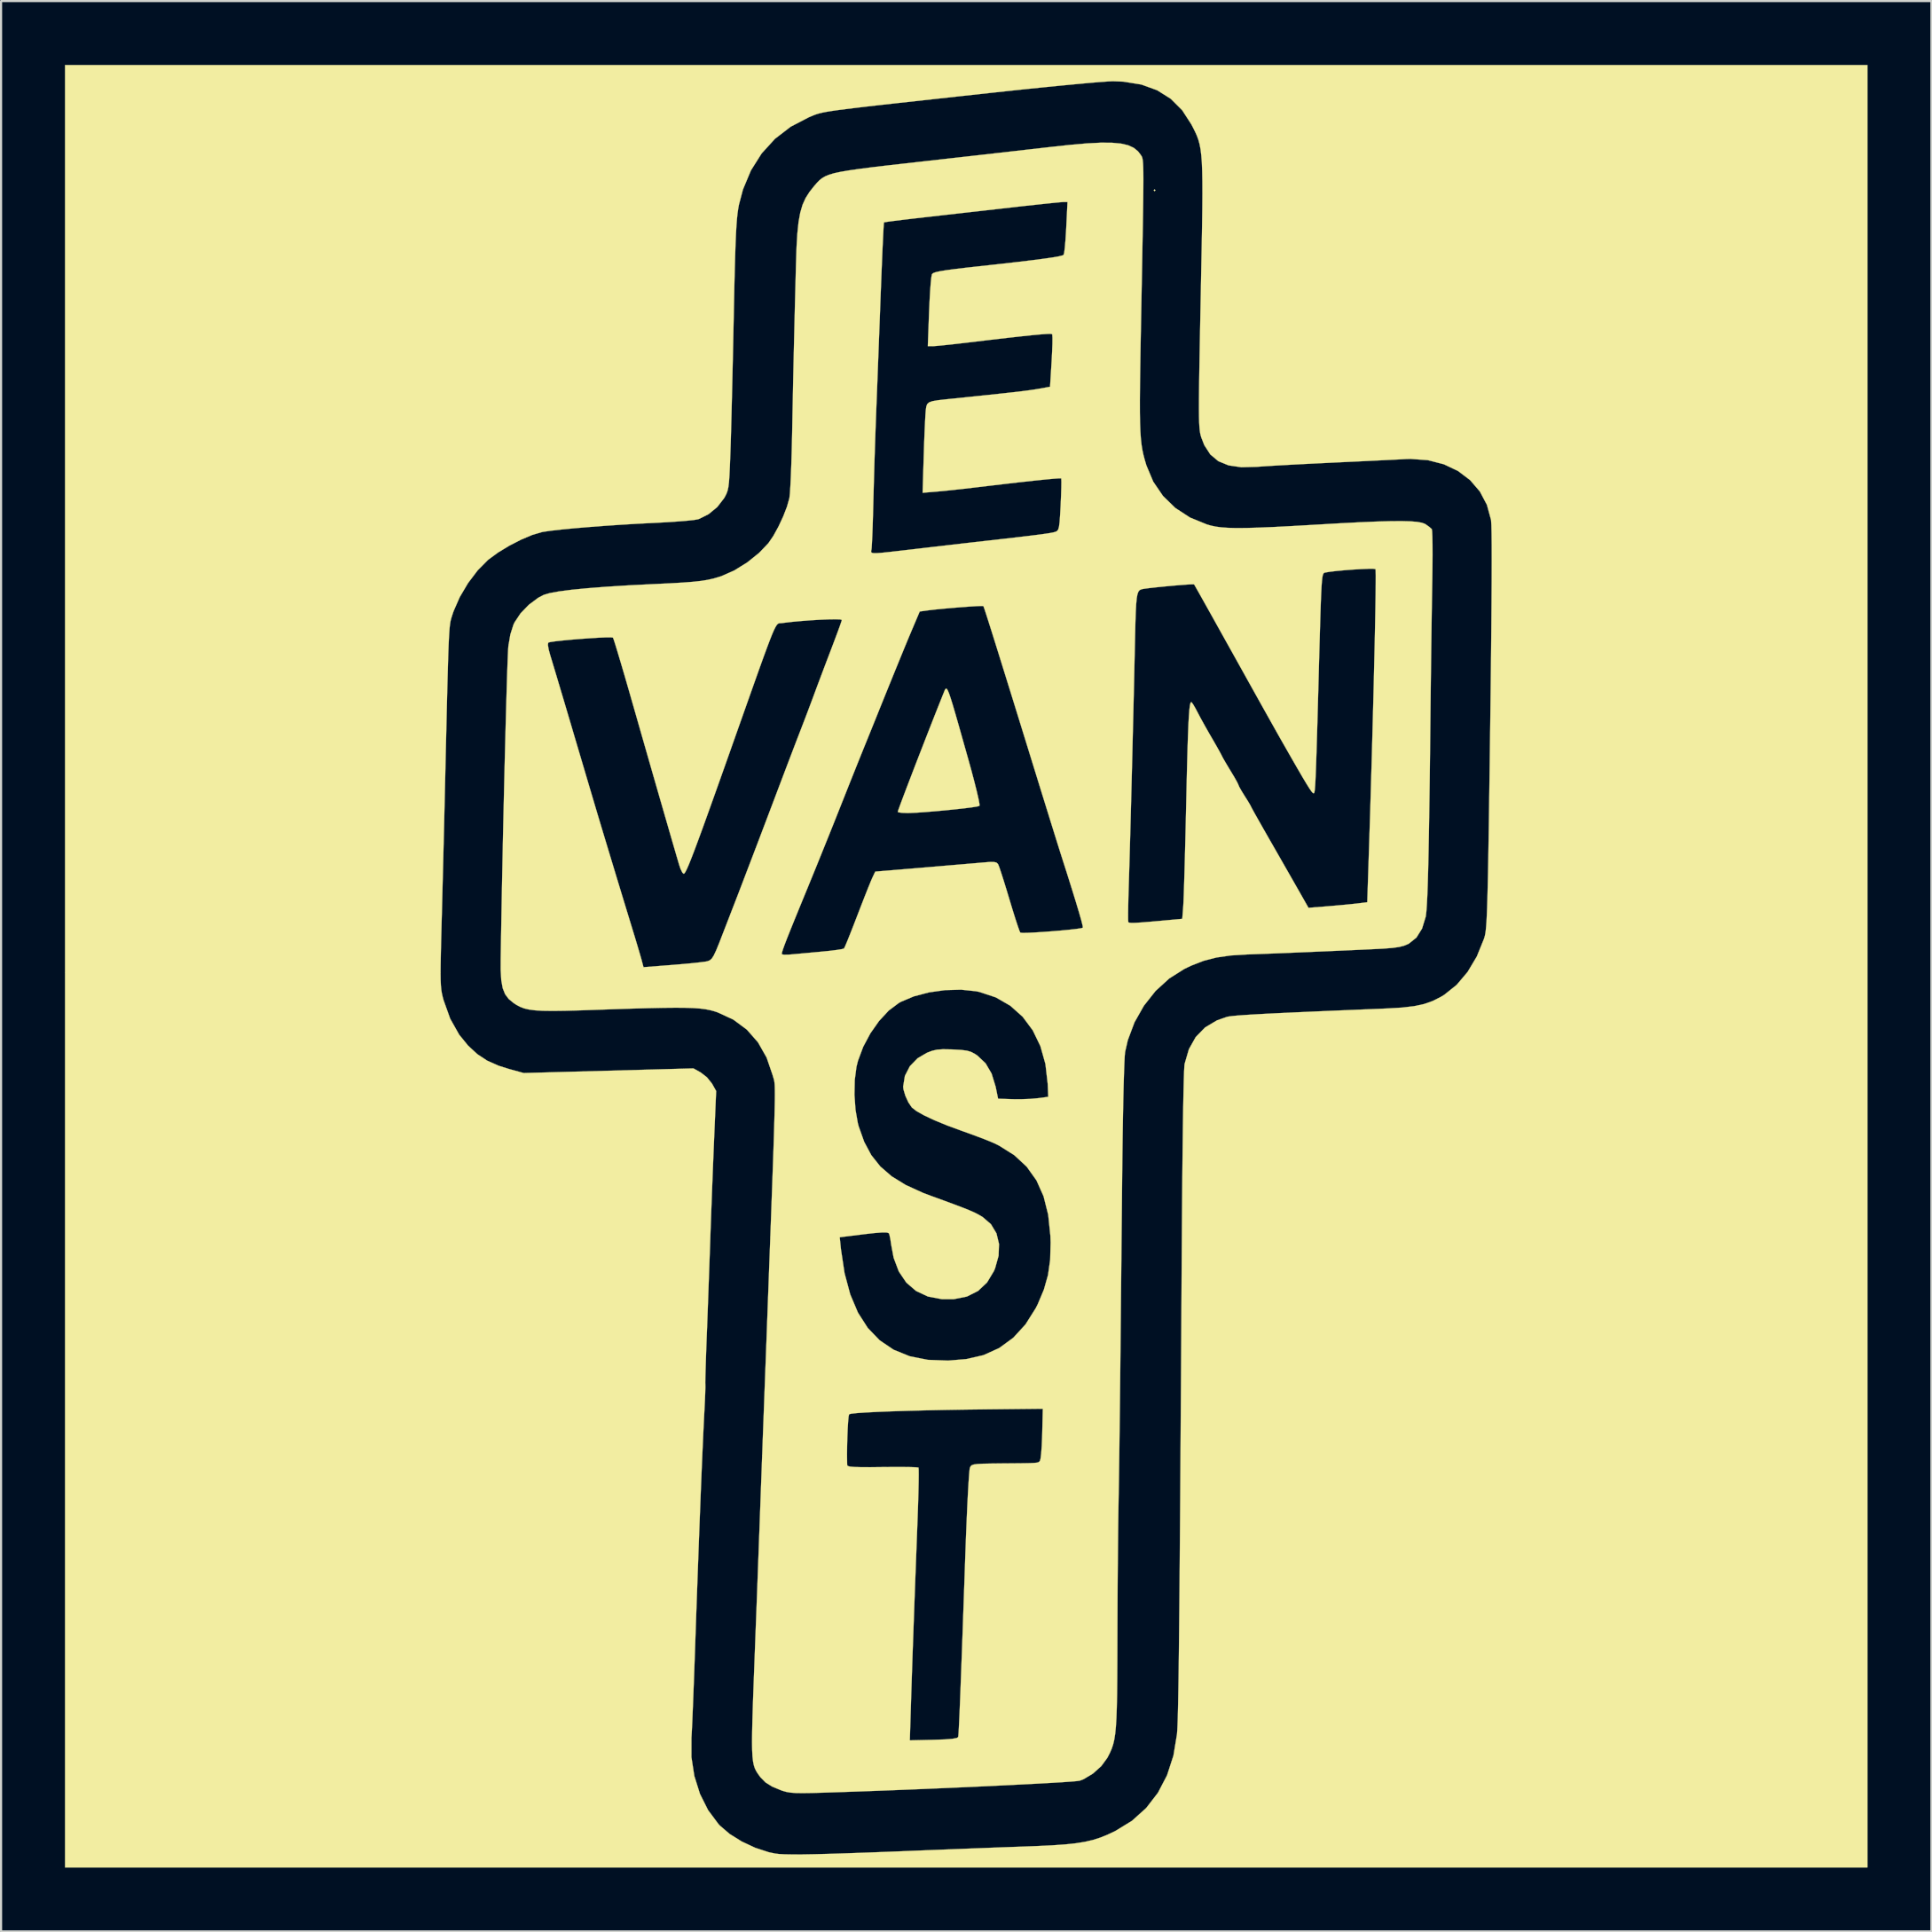
<source format=kicad_pcb>
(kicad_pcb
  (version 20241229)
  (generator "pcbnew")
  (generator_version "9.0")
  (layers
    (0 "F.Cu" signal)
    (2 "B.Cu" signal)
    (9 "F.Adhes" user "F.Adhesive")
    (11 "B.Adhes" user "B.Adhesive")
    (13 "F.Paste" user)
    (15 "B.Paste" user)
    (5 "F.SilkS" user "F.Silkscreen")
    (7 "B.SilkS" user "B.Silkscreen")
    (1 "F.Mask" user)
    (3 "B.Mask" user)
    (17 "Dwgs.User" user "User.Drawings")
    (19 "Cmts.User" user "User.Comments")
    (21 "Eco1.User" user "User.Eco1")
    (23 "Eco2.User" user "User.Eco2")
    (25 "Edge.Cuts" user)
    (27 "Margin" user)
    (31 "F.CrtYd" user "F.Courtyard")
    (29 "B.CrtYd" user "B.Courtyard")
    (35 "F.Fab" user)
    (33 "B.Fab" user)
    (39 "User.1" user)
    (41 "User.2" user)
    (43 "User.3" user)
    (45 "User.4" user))
  (footprint "image"
    (layer "F.Cu")
    (at 42.338 42.338)
    (property "Reference" "image" (at 0 0 0) (layer "F.SilkS") (effects (font (size 1.524 1.524) (thickness 0.3))))
    (attr through_hole)
    (fp_poly (pts (xy 8.89 -36.449) (xy 8.848 -36.407) (xy 8.805 -36.449) (xy 8.848 -36.491) (xy 8.89 -36.449)) (stroke (width 0.01) (type solid)) (fill yes) (layer "F.SilkS"))
    (fp_poly (pts (xy -0.92 -13.035) (xy -0.872 -12.968) (xy -0.811 -12.825) (xy -0.732 -12.595) (xy -0.629 -12.264) (xy -0.499 -11.82) (xy -0.336 -11.251) (xy -0.136 -10.542) (xy 0.088 -9.75) (xy 0.248 -9.174) (xy 0.386 -8.651) (xy 0.498 -8.203) (xy 0.578 -7.853) (xy 0.621 -7.623) (xy 0.623 -7.534) (xy 0.518 -7.504) (xy 0.276 -7.465) (xy -0.073 -7.42) (xy -0.497 -7.373) (xy -0.964 -7.325) (xy -1.445 -7.281) (xy -1.906 -7.243) (xy -2.318 -7.214) (xy -2.649 -7.199) (xy -2.774 -7.197) (xy -3.022 -7.206) (xy -3.183 -7.23) (xy -3.217 -7.252) (xy -3.188 -7.346) (xy -3.104 -7.576) (xy -2.975 -7.922) (xy -2.808 -8.363) (xy -2.611 -8.877) (xy -2.394 -9.443) (xy -2.162 -10.04) (xy -1.926 -10.647) (xy -1.693 -11.244) (xy -1.471 -11.809) (xy -1.268 -12.32) (xy -1.093 -12.758) (xy -1.073 -12.806) (xy -1.031 -12.913) (xy -0.995 -12.995) (xy -0.959 -13.04) (xy -0.92 -13.035)) (stroke (width 0.01) (type solid)) (fill yes) (layer "F.SilkS"))
    (fp_poly (pts (xy 42.333 42.333) (xy -42.333 42.333) (xy -42.333 0.318) (xy -24.693 0.318) (xy -24.689 0.641) (xy -24.678 0.894) (xy -24.659 1.096) (xy -24.632 1.268) (xy -24.596 1.428) (xy -24.552 1.594) (xy -24.239 2.467) (xy -23.819 3.214) (xy -23.401 3.728) (xy -22.967 4.129) (xy -22.506 4.434) (xy -21.967 4.673) (xy -21.461 4.832) (xy -20.787 5.017) (xy -12.814 4.799) (xy -12.47 4.992) (xy -12.179 5.218) (xy -11.947 5.506) (xy -11.937 5.523) (xy -11.747 5.861) (xy -11.844 8.116) (xy -11.875 8.858) (xy -11.909 9.712) (xy -11.944 10.622) (xy -11.978 11.53) (xy -12.009 12.38) (xy -12.024 12.827) (xy -12.051 13.605) (xy -12.082 14.463) (xy -12.114 15.347) (xy -12.145 16.204) (xy -12.174 16.979) (xy -12.191 17.399) (xy -12.213 17.986) (xy -12.231 18.521) (xy -12.245 18.979) (xy -12.255 19.335) (xy -12.258 19.566) (xy -12.256 19.643) (xy -12.254 19.772) (xy -12.261 20.034) (xy -12.275 20.392) (xy -12.296 20.81) (xy -12.299 20.87) (xy -12.334 21.56) (xy -12.373 22.41) (xy -12.417 23.411) (xy -12.464 24.555) (xy -12.514 25.833) (xy -12.567 27.235) (xy -12.623 28.752) (xy -12.681 30.377) (xy -12.738 32.046) (xy -12.766 32.839) (xy -12.794 33.599) (xy -12.821 34.304) (xy -12.846 34.935) (xy -12.868 35.47) (xy -12.888 35.888) (xy -12.903 36.168) (xy -12.908 36.248) (xy -12.909 37.151) (xy -12.772 38.038) (xy -12.508 38.878) (xy -12.126 39.641) (xy -11.635 40.3) (xy -11.568 40.371) (xy -11.115 40.759) (xy -10.546 41.114) (xy -9.913 41.41) (xy -9.27 41.62) (xy -8.975 41.682) (xy -8.788 41.704) (xy -8.519 41.718) (xy -8.159 41.724) (xy -7.697 41.723) (xy -7.122 41.713) (xy -6.424 41.695) (xy -5.592 41.669) (xy -4.615 41.634) (xy -3.484 41.591) (xy -3.074 41.575) (xy -2.194 41.539) (xy -1.318 41.505) (xy -0.469 41.472) (xy 0.328 41.441) (xy 1.048 41.413) (xy 1.668 41.39) (xy 2.163 41.372) (xy 2.455 41.362) (xy 3.326 41.329) (xy 4.051 41.294) (xy 4.653 41.251) (xy 5.155 41.197) (xy 5.58 41.129) (xy 5.953 41.042) (xy 6.294 40.933) (xy 6.629 40.798) (xy 6.98 40.633) (xy 7 40.623) (xy 7.783 40.144) (xy 8.453 39.542) (xy 9.005 38.826) (xy 9.433 38.004) (xy 9.733 37.082) (xy 9.901 36.069) (xy 9.903 36.04) (xy 9.914 35.891) (xy 9.924 35.681) (xy 9.934 35.406) (xy 9.944 35.06) (xy 9.954 34.638) (xy 9.963 34.133) (xy 9.973 33.542) (xy 9.982 32.857) (xy 9.992 32.073) (xy 10.001 31.186) (xy 10.011 30.188) (xy 10.021 29.076) (xy 10.031 27.843) (xy 10.041 26.484) (xy 10.052 24.993) (xy 10.063 23.364) (xy 10.075 21.593) (xy 10.087 19.674) (xy 10.1 17.601) (xy 10.113 15.368) (xy 10.124 13.462) (xy 10.133 12.079) (xy 10.143 10.787) (xy 10.154 9.593) (xy 10.166 8.507) (xy 10.178 7.535) (xy 10.191 6.686) (xy 10.205 5.969) (xy 10.219 5.391) (xy 10.233 4.96) (xy 10.248 4.685) (xy 10.258 4.588) (xy 10.46 3.896) (xy 10.781 3.325) (xy 11.221 2.873) (xy 11.78 2.541) (xy 12.245 2.379) (xy 12.351 2.358) (xy 12.524 2.337) (xy 12.772 2.314) (xy 13.106 2.29) (xy 13.534 2.264) (xy 14.067 2.234) (xy 14.713 2.202) (xy 15.482 2.166) (xy 16.384 2.126) (xy 17.428 2.081) (xy 18.624 2.031) (xy 19.77 1.984) (xy 20.47 1.943) (xy 21.037 1.876) (xy 21.507 1.775) (xy 21.916 1.631) (xy 22.299 1.436) (xy 22.457 1.34) (xy 23.038 0.874) (xy 23.551 0.268) (xy 23.984 -0.459) (xy 24.32 -1.287) (xy 24.342 -1.355) (xy 24.365 -1.44) (xy 24.386 -1.549) (xy 24.406 -1.69) (xy 24.423 -1.873) (xy 24.44 -2.107) (xy 24.455 -2.403) (xy 24.469 -2.77) (xy 24.483 -3.218) (xy 24.497 -3.756) (xy 24.511 -4.394) (xy 24.525 -5.142) (xy 24.539 -6.009) (xy 24.555 -7.005) (xy 24.571 -8.139) (xy 24.589 -9.422) (xy 24.608 -10.863) (xy 24.612 -11.134) (xy 24.634 -12.875) (xy 24.652 -14.447) (xy 24.666 -15.849) (xy 24.676 -17.083) (xy 24.683 -18.148) (xy 24.685 -19.044) (xy 24.684 -19.771) (xy 24.678 -20.329) (xy 24.669 -20.719) (xy 24.655 -20.941) (xy 24.652 -20.966) (xy 24.458 -21.675) (xy 24.126 -22.302) (xy 23.669 -22.834) (xy 23.102 -23.263) (xy 22.437 -23.579) (xy 21.69 -23.772) (xy 20.873 -23.831) (xy 20.645 -23.824) (xy 20.43 -23.812) (xy 20.071 -23.794) (xy 19.592 -23.771) (xy 19.019 -23.743) (xy 18.375 -23.712) (xy 17.686 -23.68) (xy 17.272 -23.66) (xy 16.553 -23.625) (xy 15.852 -23.59) (xy 15.195 -23.555) (xy 14.611 -23.522) (xy 14.126 -23.493) (xy 13.769 -23.468) (xy 13.644 -23.459) (xy 12.921 -23.44) (xy 12.324 -23.527) (xy 11.842 -23.725) (xy 11.466 -24.039) (xy 11.183 -24.476) (xy 11.04 -24.844) (xy 11.012 -24.94) (xy 10.988 -25.046) (xy 10.969 -25.175) (xy 10.954 -25.338) (xy 10.942 -25.549) (xy 10.935 -25.819) (xy 10.932 -26.16) (xy 10.933 -26.586) (xy 10.938 -27.108) (xy 10.946 -27.738) (xy 10.959 -28.49) (xy 10.975 -29.374) (xy 10.995 -30.404) (xy 11.017 -31.515) (xy 11.041 -32.756) (xy 11.062 -33.841) (xy 11.079 -34.781) (xy 11.09 -35.59) (xy 11.095 -36.279) (xy 11.093 -36.862) (xy 11.084 -37.35) (xy 11.068 -37.757) (xy 11.042 -38.094) (xy 11.007 -38.375) (xy 10.962 -38.612) (xy 10.906 -38.817) (xy 10.839 -39.002) (xy 10.76 -39.181) (xy 10.668 -39.366) (xy 10.577 -39.542) (xy 10.143 -40.212) (xy 9.607 -40.747) (xy 8.969 -41.148) (xy 8.227 -41.417) (xy 7.379 -41.553) (xy 6.888 -41.572) (xy 6.667 -41.562) (xy 6.295 -41.536) (xy 5.79 -41.494) (xy 5.17 -41.437) (xy 4.452 -41.369) (xy 3.653 -41.289) (xy 2.792 -41.201) (xy 1.885 -41.105) (xy 1.101 -41.021) (xy -0.219 -40.876) (xy -1.382 -40.749) (xy -2.398 -40.637) (xy -3.278 -40.54) (xy -4.034 -40.456) (xy -4.676 -40.383) (xy -5.214 -40.319) (xy -5.661 -40.264) (xy -6.026 -40.217) (xy -6.321 -40.174) (xy -6.556 -40.136) (xy -6.742 -40.1) (xy -6.891 -40.065) (xy -7.013 -40.03) (xy -7.119 -39.993) (xy -7.22 -39.952) (xy -7.326 -39.907) (xy -7.4 -39.876) (xy -8.246 -39.436) (xy -8.985 -38.867) (xy -9.61 -38.181) (xy -10.113 -37.384) (xy -10.488 -36.488) (xy -10.676 -35.777) (xy -10.711 -35.584) (xy -10.743 -35.366) (xy -10.77 -35.109) (xy -10.794 -34.797) (xy -10.816 -34.414) (xy -10.836 -33.947) (xy -10.855 -33.378) (xy -10.874 -32.694) (xy -10.894 -31.878) (xy -10.914 -30.915) (xy -10.924 -30.395) (xy -10.944 -29.46) (xy -10.964 -28.521) (xy -10.985 -27.603) (xy -11.006 -26.729) (xy -11.026 -25.924) (xy -11.045 -25.212) (xy -11.062 -24.616) (xy -11.077 -24.16) (xy -11.08 -24.081) (xy -11.102 -23.501) (xy -11.123 -23.064) (xy -11.145 -22.741) (xy -11.174 -22.506) (xy -11.213 -22.331) (xy -11.265 -22.19) (xy -11.334 -22.055) (xy -11.377 -21.982) (xy -11.693 -21.573) (xy -12.103 -21.235) (xy -12.55 -21.012) (xy -12.606 -20.994) (xy -12.782 -20.963) (xy -13.097 -20.929) (xy -13.519 -20.894) (xy -14.019 -20.86) (xy -14.564 -20.83) (xy -14.69 -20.824) (xy -15.449 -20.786) (xy -16.227 -20.739) (xy -16.999 -20.687) (xy -17.738 -20.63) (xy -18.419 -20.572) (xy -19.016 -20.514) (xy -19.503 -20.459) (xy -19.855 -20.408) (xy -19.935 -20.393) (xy -20.385 -20.26) (xy -20.91 -20.039) (xy -21.46 -19.756) (xy -21.984 -19.439) (xy -22.431 -19.112) (xy -22.471 -19.079) (xy -22.949 -18.597) (xy -23.401 -18) (xy -23.791 -17.341) (xy -24.083 -16.675) (xy -24.136 -16.517) (xy -24.165 -16.427) (xy -24.19 -16.345) (xy -24.213 -16.261) (xy -24.233 -16.164) (xy -24.251 -16.044) (xy -24.268 -15.891) (xy -24.283 -15.694) (xy -24.298 -15.444) (xy -24.313 -15.13) (xy -24.328 -14.742) (xy -24.343 -14.269) (xy -24.359 -13.701) (xy -24.377 -13.029) (xy -24.397 -12.242) (xy -24.418 -11.329) (xy -24.443 -10.281) (xy -24.47 -9.086) (xy -24.501 -7.736) (xy -24.511 -7.324) (xy -24.526 -6.678) (xy -24.545 -5.904) (xy -24.566 -5.047) (xy -24.589 -4.146) (xy -24.612 -3.246) (xy -24.634 -2.388) (xy -24.643 -2.074) (xy -24.664 -1.272) (xy -24.679 -0.619) (xy -24.689 -0.096) (xy -24.693 0.318) (xy -42.333 0.318) (xy -42.333 -42.333) (xy 42.333 -42.333) (xy 42.333 42.333)) (stroke (width 0.01) (type solid)) (fill yes) (layer "F.SilkS"))
    (fp_poly (pts (xy 6.85 -38.682) (xy 7.275 -38.642) (xy 7.609 -38.564) (xy 7.867 -38.445) (xy 8.064 -38.286) (xy 8.184 -38.132) (xy 8.213 -38.089) (xy 8.239 -38.05) (xy 8.261 -38.003) (xy 8.279 -37.937) (xy 8.294 -37.843) (xy 8.306 -37.709) (xy 8.314 -37.526) (xy 8.319 -37.282) (xy 8.321 -36.968) (xy 8.319 -36.572) (xy 8.314 -36.084) (xy 8.306 -35.494) (xy 8.295 -34.791) (xy 8.28 -33.965) (xy 8.263 -33.005) (xy 8.242 -31.9) (xy 8.218 -30.64) (xy 8.209 -30.141) (xy 8.188 -29.037) (xy 8.173 -28.088) (xy 8.162 -27.278) (xy 8.156 -26.592) (xy 8.157 -26.016) (xy 8.165 -25.534) (xy 8.18 -25.132) (xy 8.203 -24.794) (xy 8.234 -24.507) (xy 8.274 -24.254) (xy 8.324 -24.02) (xy 8.384 -23.792) (xy 8.455 -23.553) (xy 8.464 -23.524) (xy 8.785 -22.762) (xy 9.242 -22.092) (xy 9.823 -21.526) (xy 10.515 -21.075) (xy 11.305 -20.753) (xy 11.5 -20.697) (xy 11.722 -20.65) (xy 11.985 -20.615) (xy 12.305 -20.593) (xy 12.697 -20.583) (xy 13.178 -20.587) (xy 13.763 -20.604) (xy 14.467 -20.633) (xy 15.307 -20.677) (xy 16.297 -20.734) (xy 16.468 -20.744) (xy 17.555 -20.807) (xy 18.485 -20.855) (xy 19.269 -20.888) (xy 19.918 -20.906) (xy 20.445 -20.91) (xy 20.86 -20.899) (xy 21.175 -20.874) (xy 21.402 -20.833) (xy 21.551 -20.779) (xy 21.572 -20.766) (xy 21.754 -20.637) (xy 21.869 -20.534) (xy 21.885 -20.429) (xy 21.896 -20.178) (xy 21.903 -19.803) (xy 21.905 -19.326) (xy 21.901 -18.769) (xy 21.893 -18.155) (xy 21.891 -18.076) (xy 21.881 -17.485) (xy 21.869 -16.755) (xy 21.857 -15.918) (xy 21.844 -15.004) (xy 21.832 -14.044) (xy 21.82 -13.069) (xy 21.809 -12.109) (xy 21.803 -11.515) (xy 21.786 -9.964) (xy 21.769 -8.576) (xy 21.751 -7.345) (xy 21.734 -6.264) (xy 21.716 -5.327) (xy 21.698 -4.528) (xy 21.679 -3.859) (xy 21.659 -3.316) (xy 21.637 -2.891) (xy 21.615 -2.578) (xy 21.591 -2.371) (xy 21.584 -2.328) (xy 21.413 -1.769) (xy 21.147 -1.345) (xy 20.789 -1.059) (xy 20.766 -1.047) (xy 20.569 -0.964) (xy 20.334 -0.904) (xy 20.024 -0.861) (xy 19.602 -0.828) (xy 19.327 -0.813) (xy 18.588 -0.778) (xy 17.777 -0.741) (xy 16.926 -0.704) (xy 16.071 -0.667) (xy 15.244 -0.632) (xy 14.479 -0.601) (xy 13.811 -0.576) (xy 13.273 -0.556) (xy 13.208 -0.554) (xy 12.424 -0.506) (xy 11.755 -0.41) (xy 11.152 -0.254) (xy 10.567 -0.027) (xy 10.247 0.126) (xy 9.535 0.576) (xy 8.895 1.16) (xy 8.346 1.855) (xy 7.905 2.633) (xy 7.59 3.471) (xy 7.463 4.027) (xy 7.446 4.204) (xy 7.429 4.533) (xy 7.412 4.997) (xy 7.394 5.58) (xy 7.378 6.264) (xy 7.363 7.032) (xy 7.349 7.868) (xy 7.337 8.755) (xy 7.329 9.44) (xy 7.318 10.528) (xy 7.307 11.719) (xy 7.294 12.974) (xy 7.282 14.254) (xy 7.269 15.518) (xy 7.258 16.728) (xy 7.247 17.845) (xy 7.238 18.754) (xy 7.228 19.691) (xy 7.218 20.65) (xy 7.206 21.602) (xy 7.195 22.521) (xy 7.183 23.379) (xy 7.172 24.148) (xy 7.161 24.8) (xy 7.153 25.273) (xy 7.144 25.806) (xy 7.135 26.48) (xy 7.127 27.265) (xy 7.119 28.132) (xy 7.112 29.053) (xy 7.107 29.998) (xy 7.103 30.939) (xy 7.101 31.581) (xy 7.098 32.603) (xy 7.093 33.472) (xy 7.086 34.203) (xy 7.073 34.812) (xy 7.055 35.313) (xy 7.03 35.722) (xy 6.997 36.056) (xy 6.954 36.33) (xy 6.9 36.558) (xy 6.833 36.758) (xy 6.753 36.944) (xy 6.657 37.131) (xy 6.623 37.194) (xy 6.342 37.577) (xy 5.953 37.924) (xy 5.519 38.185) (xy 5.334 38.258) (xy 5.202 38.277) (xy 4.915 38.301) (xy 4.488 38.331) (xy 3.937 38.364) (xy 3.276 38.401) (xy 2.519 38.44) (xy 1.682 38.482) (xy 0.779 38.525) (xy -0.174 38.568) (xy -1.164 38.611) (xy -2.175 38.654) (xy -3.193 38.695) (xy -4.202 38.734) (xy -5.188 38.77) (xy -6.137 38.802) (xy -6.689 38.82) (xy -7.258 38.836) (xy -7.688 38.842) (xy -8.009 38.837) (xy -8.251 38.819) (xy -8.443 38.787) (xy -8.616 38.738) (xy -8.689 38.713) (xy -9.117 38.535) (xy -9.428 38.34) (xy -9.672 38.092) (xy -9.798 37.917) (xy -9.871 37.799) (xy -9.931 37.675) (xy -9.979 37.529) (xy -10.015 37.346) (xy -10.041 37.112) (xy -10.056 36.812) (xy -10.061 36.429) (xy -10.056 35.951) (xy -10.042 35.362) (xy -10.02 34.646) (xy -9.989 33.789) (xy -9.955 32.893) (xy -9.922 32.016) (xy -9.887 31.092) (xy -9.851 30.158) (xy -9.817 29.249) (xy -9.786 28.402) (xy -9.758 27.652) (xy -9.736 27.051) (xy -9.712 26.42) (xy -9.684 25.658) (xy -9.653 24.802) (xy -9.619 23.89) (xy -9.585 22.959) (xy -9.584 22.956) (xy -5.6 22.956) (xy -5.596 23.326) (xy -5.592 23.437) (xy -5.559 23.477) (xy -5.451 23.505) (xy -5.248 23.523) (xy -4.932 23.532) (xy -4.483 23.533) (xy -3.939 23.527) (xy -3.428 23.523) (xy -2.976 23.523) (xy -2.611 23.528) (xy -2.359 23.537) (xy -2.246 23.55) (xy -2.243 23.552) (xy -2.234 23.645) (xy -2.232 23.886) (xy -2.236 24.25) (xy -2.246 24.717) (xy -2.262 25.263) (xy -2.283 25.866) (xy -2.283 25.875) (xy -2.343 27.471) (xy -2.397 28.91) (xy -2.445 30.202) (xy -2.486 31.36) (xy -2.523 32.393) (xy -2.554 33.315) (xy -2.581 34.136) (xy -2.594 34.544) (xy -2.65 36.364) (xy -1.532 36.338) (xy -1.011 36.32) (xy -0.651 36.291) (xy -0.443 36.252) (xy -0.38 36.211) (xy -0.371 36.152) (xy -0.36 36.017) (xy -0.347 35.799) (xy -0.332 35.489) (xy -0.313 35.08) (xy -0.292 34.564) (xy -0.267 33.933) (xy -0.239 33.178) (xy -0.206 32.293) (xy -0.169 31.269) (xy -0.128 30.098) (xy -0.081 28.772) (xy -0.039 27.559) (xy -0.01 26.766) (xy 0.021 26.02) (xy 0.051 25.34) (xy 0.081 24.744) (xy 0.11 24.249) (xy 0.136 23.873) (xy 0.158 23.636) (xy 0.172 23.558) (xy 0.206 23.49) (xy 0.26 23.439) (xy 0.358 23.405) (xy 0.525 23.382) (xy 0.786 23.369) (xy 1.166 23.361) (xy 1.689 23.355) (xy 1.713 23.355) (xy 2.279 23.35) (xy 2.7 23.346) (xy 2.998 23.34) (xy 3.196 23.331) (xy 3.318 23.319) (xy 3.387 23.301) (xy 3.427 23.275) (xy 3.459 23.241) (xy 3.46 23.24) (xy 3.491 23.129) (xy 3.521 22.882) (xy 3.547 22.531) (xy 3.565 22.112) (xy 3.569 21.971) (xy 3.598 20.786) (xy 1.058 20.813) (xy 0.002 20.826) (xy -0.999 20.843) (xy -1.932 20.862) (xy -2.786 20.885) (xy -3.546 20.909) (xy -4.2 20.935) (xy -4.736 20.963) (xy -5.14 20.991) (xy -5.399 21.019) (xy -5.501 21.046) (xy -5.525 21.149) (xy -5.548 21.386) (xy -5.569 21.721) (xy -5.585 22.118) (xy -5.596 22.542) (xy -5.6 22.956) (xy -9.584 22.956) (xy -9.551 22.048) (xy -9.524 21.336) (xy -9.453 19.424) (xy -9.387 17.675) (xy -9.328 16.079) (xy -9.274 14.631) (xy -9.225 13.323) (xy -9.203 12.731) (xy -5.943 12.731) (xy -5.886 13.287) (xy -5.715 14.422) (xy -5.448 15.417) (xy -5.085 16.273) (xy -4.625 16.991) (xy -4.067 17.571) (xy -3.411 18.014) (xy -2.656 18.32) (xy -1.802 18.49) (xy -0.847 18.525) (xy -0.004 18.455) (xy 0.813 18.268) (xy 1.553 17.932) (xy 2.212 17.449) (xy 2.784 16.824) (xy 3.267 16.058) (xy 3.356 15.882) (xy 3.648 15.189) (xy 3.841 14.507) (xy 3.943 13.788) (xy 3.964 12.981) (xy 3.953 12.658) (xy 3.85 11.672) (xy 3.633 10.808) (xy 3.299 10.06) (xy 2.841 9.418) (xy 2.257 8.876) (xy 1.541 8.426) (xy 1.317 8.316) (xy 1.076 8.213) (xy 0.721 8.074) (xy 0.297 7.915) (xy -0.151 7.754) (xy -0.206 7.734) (xy -0.889 7.483) (xy -1.484 7.239) (xy -1.972 7.01) (xy -2.335 6.807) (xy -2.553 6.637) (xy -2.558 6.631) (xy -2.719 6.392) (xy -2.861 6.082) (xy -2.949 5.782) (xy -2.963 5.654) (xy -2.881 5.149) (xy -2.649 4.697) (xy -2.284 4.322) (xy -1.847 4.065) (xy -1.603 3.972) (xy -1.372 3.919) (xy -1.097 3.9) (xy -0.723 3.906) (xy -0.62 3.91) (xy -0.234 3.932) (xy 0.034 3.966) (xy 0.232 4.025) (xy 0.411 4.12) (xy 0.527 4.199) (xy 0.909 4.56) (xy 1.192 5.042) (xy 1.381 5.658) (xy 1.388 5.691) (xy 1.496 6.223) (xy 2.166 6.246) (xy 2.576 6.248) (xy 3.001 6.232) (xy 3.344 6.201) (xy 3.852 6.134) (xy 3.827 5.519) (xy 3.72 4.592) (xy 3.483 3.752) (xy 3.124 3.01) (xy 2.651 2.375) (xy 2.07 1.856) (xy 1.39 1.464) (xy 0.617 1.208) (xy 0.458 1.175) (xy -0.24 1.101) (xy -0.992 1.122) (xy -1.747 1.228) (xy -2.455 1.413) (xy -3.065 1.67) (xy -3.169 1.728) (xy -3.641 2.083) (xy -4.093 2.57) (xy -4.501 3.15) (xy -4.84 3.785) (xy -5.084 4.438) (xy -5.156 4.724) (xy -5.237 5.342) (xy -5.251 6.038) (xy -5.202 6.74) (xy -5.091 7.375) (xy -5.053 7.518) (xy -4.793 8.249) (xy -4.459 8.874) (xy -4.034 9.408) (xy -3.5 9.87) (xy -2.84 10.276) (xy -2.036 10.643) (xy -1.651 10.789) (xy -1.018 11.019) (xy -0.521 11.203) (xy -0.138 11.349) (xy 0.153 11.466) (xy 0.376 11.564) (xy 0.553 11.653) (xy 0.708 11.742) (xy 0.767 11.778) (xy 1.16 12.116) (xy 1.419 12.545) (xy 1.54 13.045) (xy 1.52 13.6) (xy 1.355 14.191) (xy 1.299 14.323) (xy 0.978 14.856) (xy 0.555 15.254) (xy 0.033 15.516) (xy -0.585 15.64) (xy -1.144 15.64) (xy -1.798 15.516) (xy -2.357 15.255) (xy -2.814 14.862) (xy -3.167 14.34) (xy -3.41 13.695) (xy -3.524 13.088) (xy -3.564 12.816) (xy -3.608 12.61) (xy -3.634 12.542) (xy -3.723 12.509) (xy -3.941 12.505) (xy -4.301 12.532) (xy -4.813 12.59) (xy -4.817 12.591) (xy -5.943 12.731) (xy -9.203 12.731) (xy -9.181 12.147) (xy -9.143 11.096) (xy -9.109 10.163) (xy -9.08 9.34) (xy -9.055 8.62) (xy -9.035 7.996) (xy -9.019 7.459) (xy -9.006 7.004) (xy -8.997 6.622) (xy -8.991 6.306) (xy -8.989 6.049) (xy -8.99 5.844) (xy -8.993 5.682) (xy -8.999 5.557) (xy -9.008 5.462) (xy -9.019 5.388) (xy -9.032 5.329) (xy -9.046 5.277) (xy -9.063 5.224) (xy -9.081 5.165) (xy -9.093 5.118) (xy -9.378 4.288) (xy -9.783 3.574) (xy -10.305 2.979) (xy -10.94 2.508) (xy -11.684 2.165) (xy -11.835 2.115) (xy -12.028 2.063) (xy -12.243 2.021) (xy -12.497 1.988) (xy -12.804 1.965) (xy -13.179 1.952) (xy -13.639 1.948) (xy -14.197 1.953) (xy -14.869 1.967) (xy -15.67 1.989) (xy -16.616 2.02) (xy -17.297 2.044) (xy -18.15 2.073) (xy -18.852 2.092) (xy -19.423 2.099) (xy -19.881 2.093) (xy -20.245 2.072) (xy -20.533 2.035) (xy -20.765 1.981) (xy -20.958 1.907) (xy -21.133 1.813) (xy -21.261 1.729) (xy -21.493 1.538) (xy -21.661 1.314) (xy -21.774 1.03) (xy -21.841 0.657) (xy -21.869 0.168) (xy -21.868 -0.339) (xy -21.851 -1.37) (xy -21.832 -2.45) (xy -21.811 -3.564) (xy -21.788 -4.698) (xy -21.765 -5.84) (xy -21.74 -6.974) (xy -21.714 -8.088) (xy -21.689 -9.167) (xy -21.663 -10.198) (xy -21.638 -11.167) (xy -21.614 -12.061) (xy -21.591 -12.865) (xy -21.57 -13.565) (xy -21.55 -14.149) (xy -21.532 -14.602) (xy -21.517 -14.911) (xy -21.507 -15.045) (xy -21.497 -15.102) (xy -19.652 -15.102) (xy -19.616 -14.884) (xy -19.546 -14.626) (xy -19.482 -14.416) (xy -19.377 -14.067) (xy -19.238 -13.605) (xy -19.073 -13.051) (xy -18.888 -12.432) (xy -18.692 -11.771) (xy -18.578 -11.388) (xy -18.37 -10.683) (xy -18.162 -9.982) (xy -17.963 -9.312) (xy -17.783 -8.703) (xy -17.629 -8.185) (xy -17.511 -7.788) (xy -17.474 -7.662) (xy -17.324 -7.158) (xy -17.134 -6.526) (xy -16.914 -5.797) (xy -16.675 -5.007) (xy -16.427 -4.188) (xy -16.179 -3.373) (xy -15.942 -2.596) (xy -15.726 -1.889) (xy -15.705 -1.82) (xy -15.566 -1.367) (xy -15.439 -0.943) (xy -15.334 -0.588) (xy -15.263 -0.342) (xy -15.25 -0.295) (xy -15.16 0.045) (xy -13.782 -0.063) (xy -13.297 -0.104) (xy -12.855 -0.145) (xy -12.492 -0.185) (xy -12.241 -0.218) (xy -12.159 -0.234) (xy -12.049 -0.276) (xy -11.956 -0.356) (xy -11.861 -0.502) (xy -11.822 -0.583) (xy -8.665 -0.583) (xy -8.66 -0.56) (xy -8.558 -0.542) (xy -8.347 -0.545) (xy -8.225 -0.554) (xy -7.981 -0.576) (xy -7.62 -0.609) (xy -7.194 -0.648) (xy -6.816 -0.683) (xy -6.417 -0.723) (xy -6.082 -0.765) (xy -5.846 -0.803) (xy -5.743 -0.832) (xy -5.743 -0.832) (xy -5.696 -0.926) (xy -5.6 -1.152) (xy -5.466 -1.485) (xy -5.303 -1.899) (xy -5.124 -2.362) (xy -4.935 -2.852) (xy -4.757 -3.308) (xy -4.602 -3.698) (xy -4.483 -3.989) (xy -4.418 -4.14) (xy -4.274 -4.445) (xy -2.116 -4.625) (xy -1.484 -4.678) (xy -0.867 -4.731) (xy -0.298 -4.779) (xy 0.19 -4.821) (xy 0.563 -4.853) (xy 0.732 -4.868) (xy 1.077 -4.896) (xy 1.292 -4.899) (xy 1.415 -4.872) (xy 1.484 -4.811) (xy 1.506 -4.773) (xy 1.557 -4.643) (xy 1.645 -4.38) (xy 1.762 -4.013) (xy 1.899 -3.571) (xy 2.031 -3.133) (xy 2.175 -2.656) (xy 2.307 -2.235) (xy 2.418 -1.897) (xy 2.499 -1.668) (xy 2.54 -1.579) (xy 2.638 -1.567) (xy 2.87 -1.569) (xy 3.203 -1.585) (xy 3.602 -1.61) (xy 4.033 -1.642) (xy 4.462 -1.678) (xy 4.856 -1.716) (xy 5.18 -1.753) (xy 5.399 -1.786) (xy 5.479 -1.81) (xy 5.468 -1.904) (xy 5.407 -2.149) (xy 5.317 -2.465) (xy 7.603 -2.465) (xy 7.604 -2.201) (xy 7.611 -2.074) (xy 7.613 -2.067) (xy 7.664 -2.045) (xy 7.773 -2.035) (xy 7.966 -2.039) (xy 8.264 -2.059) (xy 8.691 -2.094) (xy 9.074 -2.128) (xy 10.148 -2.226) (xy 10.195 -2.827) (xy 10.206 -3.034) (xy 10.22 -3.39) (xy 10.236 -3.877) (xy 10.254 -4.473) (xy 10.273 -5.159) (xy 10.293 -5.916) (xy 10.312 -6.724) (xy 10.33 -7.493) (xy 10.354 -8.563) (xy 10.376 -9.474) (xy 10.397 -10.238) (xy 10.418 -10.867) (xy 10.438 -11.37) (xy 10.46 -11.76) (xy 10.482 -12.048) (xy 10.506 -12.244) (xy 10.532 -12.359) (xy 10.561 -12.406) (xy 10.582 -12.404) (xy 10.653 -12.312) (xy 10.768 -12.115) (xy 10.872 -11.918) (xy 11.019 -11.639) (xy 11.219 -11.278) (xy 11.436 -10.896) (xy 11.52 -10.753) (xy 11.706 -10.431) (xy 11.862 -10.155) (xy 11.967 -9.963) (xy 11.995 -9.906) (xy 12.062 -9.777) (xy 12.194 -9.549) (xy 12.365 -9.263) (xy 12.416 -9.179) (xy 12.586 -8.897) (xy 12.714 -8.67) (xy 12.78 -8.536) (xy 12.785 -8.519) (xy 12.827 -8.422) (xy 12.938 -8.226) (xy 13.081 -7.995) (xy 13.233 -7.754) (xy 13.34 -7.574) (xy 13.377 -7.5) (xy 13.418 -7.42) (xy 13.53 -7.215) (xy 13.704 -6.906) (xy 13.926 -6.514) (xy 14.184 -6.061) (xy 14.317 -5.829) (xy 14.621 -5.299) (xy 14.925 -4.767) (xy 15.209 -4.27) (xy 15.453 -3.843) (xy 15.637 -3.52) (xy 15.667 -3.468) (xy 16.077 -2.745) (xy 16.95 -2.814) (xy 17.386 -2.851) (xy 17.824 -2.891) (xy 18.195 -2.929) (xy 18.33 -2.944) (xy 18.838 -3.006) (xy 18.901 -4.911) (xy 18.941 -6.151) (xy 18.98 -7.395) (xy 19.016 -8.63) (xy 19.052 -9.845) (xy 19.084 -11.03) (xy 19.115 -12.17) (xy 19.143 -13.257) (xy 19.167 -14.276) (xy 19.189 -15.218) (xy 19.207 -16.071) (xy 19.221 -16.822) (xy 19.231 -17.46) (xy 19.236 -17.974) (xy 19.237 -18.352) (xy 19.233 -18.583) (xy 19.226 -18.654) (xy 19.124 -18.669) (xy 18.892 -18.669) (xy 18.567 -18.656) (xy 18.187 -18.634) (xy 17.789 -18.604) (xy 17.411 -18.569) (xy 17.091 -18.532) (xy 16.879 -18.497) (xy 16.839 -18.488) (xy 16.804 -18.473) (xy 16.775 -18.437) (xy 16.749 -18.368) (xy 16.727 -18.254) (xy 16.708 -18.081) (xy 16.69 -17.836) (xy 16.673 -17.507) (xy 16.656 -17.081) (xy 16.638 -16.545) (xy 16.618 -15.885) (xy 16.595 -15.09) (xy 16.569 -14.146) (xy 16.552 -13.504) (xy 16.522 -12.414) (xy 16.496 -11.482) (xy 16.473 -10.694) (xy 16.453 -10.039) (xy 16.435 -9.505) (xy 16.419 -9.08) (xy 16.405 -8.751) (xy 16.391 -8.507) (xy 16.378 -8.335) (xy 16.365 -8.223) (xy 16.351 -8.159) (xy 16.344 -8.141) (xy 16.32 -8.121) (xy 16.281 -8.141) (xy 16.217 -8.212) (xy 16.122 -8.349) (xy 15.987 -8.564) (xy 15.803 -8.871) (xy 15.563 -9.283) (xy 15.258 -9.813) (xy 14.881 -10.473) (xy 14.77 -10.668) (xy 14.632 -10.912) (xy 14.427 -11.277) (xy 14.169 -11.737) (xy 13.873 -12.265) (xy 13.556 -12.834) (xy 13.23 -13.418) (xy 13.229 -13.42) (xy 12.674 -14.417) (xy 12.196 -15.273) (xy 11.793 -15.996) (xy 11.46 -16.593) (xy 11.193 -17.07) (xy 10.988 -17.436) (xy 10.841 -17.696) (xy 10.749 -17.859) (xy 10.706 -17.932) (xy 10.702 -17.937) (xy 10.615 -17.941) (xy 10.395 -17.93) (xy 10.08 -17.907) (xy 9.707 -17.876) (xy 9.312 -17.839) (xy 8.932 -17.801) (xy 8.604 -17.764) (xy 8.363 -17.732) (xy 8.322 -17.725) (xy 8.227 -17.705) (xy 8.15 -17.669) (xy 8.09 -17.599) (xy 8.044 -17.478) (xy 8.009 -17.289) (xy 7.983 -17.012) (xy 7.963 -16.631) (xy 7.946 -16.128) (xy 7.931 -15.485) (xy 7.92 -14.986) (xy 7.901 -14.129) (xy 7.88 -13.183) (xy 7.856 -12.171) (xy 7.83 -11.118) (xy 7.804 -10.045) (xy 7.777 -8.975) (xy 7.75 -7.933) (xy 7.724 -6.939) (xy 7.699 -6.019) (xy 7.676 -5.194) (xy 7.655 -4.487) (xy 7.638 -3.922) (xy 7.635 -3.824) (xy 7.619 -3.302) (xy 7.609 -2.841) (xy 7.603 -2.465) (xy 5.317 -2.465) (xy 5.297 -2.534) (xy 5.142 -3.05) (xy 4.945 -3.686) (xy 4.71 -4.433) (xy 4.53 -4.995) (xy 4.436 -5.29) (xy 4.301 -5.719) (xy 4.132 -6.259) (xy 3.938 -6.882) (xy 3.727 -7.562) (xy 3.506 -8.274) (xy 3.342 -8.805) (xy 2.895 -10.251) (xy 2.496 -11.54) (xy 2.144 -12.677) (xy 1.836 -13.667) (xy 1.572 -14.516) (xy 1.35 -15.227) (xy 1.168 -15.807) (xy 1.024 -16.26) (xy 0.918 -16.591) (xy 0.847 -16.806) (xy 0.809 -16.909) (xy 0.804 -16.92) (xy 0.713 -16.924) (xy 0.488 -16.915) (xy 0.163 -16.895) (xy -0.227 -16.866) (xy -0.648 -16.832) (xy -1.065 -16.795) (xy -1.445 -16.758) (xy -1.751 -16.723) (xy -1.833 -16.712) (xy -2.184 -16.663) (xy -2.567 -15.761) (xy -2.705 -15.434) (xy -2.892 -14.982) (xy -3.115 -14.438) (xy -3.362 -13.833) (xy -3.619 -13.201) (xy -3.839 -12.658) (xy -4.08 -12.061) (xy -4.308 -11.494) (xy -4.515 -10.983) (xy -4.689 -10.553) (xy -4.821 -10.228) (xy -4.899 -10.035) (xy -4.9 -10.033) (xy -4.978 -9.84) (xy -5.108 -9.516) (xy -5.28 -9.086) (xy -5.483 -8.578) (xy -5.706 -8.016) (xy -5.914 -7.493) (xy -6.187 -6.806) (xy -6.487 -6.058) (xy -6.794 -5.297) (xy -7.087 -4.573) (xy -7.348 -3.935) (xy -7.451 -3.683) (xy -7.777 -2.89) (xy -8.043 -2.239) (xy -8.254 -1.718) (xy -8.416 -1.312) (xy -8.532 -1.01) (xy -8.609 -0.796) (xy -8.652 -0.658) (xy -8.665 -0.583) (xy -11.822 -0.583) (xy -11.748 -0.742) (xy -11.6 -1.104) (xy -11.535 -1.271) (xy -10.685 -3.466) (xy -9.79 -5.809) (xy -9.103 -7.62) (xy -8.855 -8.275) (xy -8.605 -8.935) (xy -8.365 -9.567) (xy -8.147 -10.139) (xy -7.964 -10.617) (xy -7.83 -10.964) (xy -7.645 -11.443) (xy -7.45 -11.954) (xy -7.271 -12.43) (xy -7.155 -12.742) (xy -7.025 -13.093) (xy -6.852 -13.553) (xy -6.656 -14.073) (xy -6.454 -14.604) (xy -6.358 -14.855) (xy -6.189 -15.302) (xy -6.042 -15.694) (xy -5.929 -16.004) (xy -5.86 -16.205) (xy -5.842 -16.267) (xy -5.921 -16.29) (xy -6.137 -16.298) (xy -6.46 -16.293) (xy -6.857 -16.277) (xy -7.299 -16.251) (xy -7.752 -16.216) (xy -8.187 -16.176) (xy -8.572 -16.13) (xy -8.646 -16.12) (xy -8.707 -16.115) (xy -8.759 -16.114) (xy -8.806 -16.106) (xy -8.852 -16.079) (xy -8.903 -16.024) (xy -8.961 -15.93) (xy -9.033 -15.786) (xy -9.121 -15.582) (xy -9.23 -15.306) (xy -9.365 -14.949) (xy -9.53 -14.5) (xy -9.729 -13.948) (xy -9.966 -13.282) (xy -10.246 -12.492) (xy -10.573 -11.568) (xy -10.952 -10.498) (xy -11.086 -10.118) (xy -11.484 -8.996) (xy -11.83 -8.025) (xy -12.128 -7.193) (xy -12.381 -6.491) (xy -12.595 -5.909) (xy -12.771 -5.436) (xy -12.915 -5.063) (xy -13.029 -4.779) (xy -13.118 -4.575) (xy -13.186 -4.441) (xy -13.236 -4.365) (xy -13.268 -4.34) (xy -13.335 -4.398) (xy -13.422 -4.577) (xy -13.484 -4.76) (xy -13.614 -5.202) (xy -13.783 -5.783) (xy -13.985 -6.481) (xy -14.214 -7.273) (xy -14.463 -8.135) (xy -14.725 -9.044) (xy -14.993 -9.978) (xy -15.261 -10.912) (xy -15.522 -11.824) (xy -15.664 -12.319) (xy -15.862 -13.009) (xy -16.047 -13.648) (xy -16.215 -14.218) (xy -16.359 -14.699) (xy -16.473 -15.075) (xy -16.553 -15.326) (xy -16.594 -15.434) (xy -16.595 -15.436) (xy -16.692 -15.449) (xy -16.925 -15.447) (xy -17.259 -15.433) (xy -17.661 -15.408) (xy -18.099 -15.377) (xy -18.537 -15.341) (xy -18.943 -15.303) (xy -19.284 -15.266) (xy -19.526 -15.231) (xy -19.634 -15.203) (xy -19.652 -15.102) (xy -21.497 -15.102) (xy -21.414 -15.586) (xy -21.272 -16.036) (xy -21.22 -16.149) (xy -20.935 -16.577) (xy -20.544 -16.982) (xy -20.105 -17.309) (xy -19.846 -17.445) (xy -19.568 -17.527) (xy -19.129 -17.607) (xy -18.534 -17.684) (xy -17.791 -17.757) (xy -16.907 -17.826) (xy -15.89 -17.89) (xy -14.746 -17.948) (xy -14.625 -17.953) (xy -13.896 -17.988) (xy -13.309 -18.022) (xy -12.839 -18.058) (xy -12.459 -18.1) (xy -12.143 -18.151) (xy -11.865 -18.214) (xy -11.599 -18.293) (xy -11.491 -18.328) (xy -10.895 -18.592) (xy -10.288 -18.969) (xy -9.729 -19.418) (xy -9.691 -19.457) (xy -4.467 -19.457) (xy -4.435 -19.422) (xy -4.351 -19.405) (xy -4.195 -19.405) (xy -3.95 -19.423) (xy -3.597 -19.46) (xy -3.115 -19.515) (xy -2.488 -19.588) (xy -2.372 -19.602) (xy -1.707 -19.68) (xy -0.98 -19.764) (xy -0.25 -19.848) (xy 0.424 -19.925) (xy 0.931 -19.983) (xy 1.757 -20.077) (xy 2.431 -20.154) (xy 2.968 -20.218) (xy 3.386 -20.27) (xy 3.699 -20.313) (xy 3.926 -20.348) (xy 4.08 -20.377) (xy 4.179 -20.403) (xy 4.199 -20.41) (xy 4.27 -20.447) (xy 4.321 -20.517) (xy 4.358 -20.646) (xy 4.386 -20.862) (xy 4.41 -21.192) (xy 4.436 -21.663) (xy 4.436 -21.678) (xy 4.455 -22.11) (xy 4.466 -22.479) (xy 4.47 -22.753) (xy 4.464 -22.9) (xy 4.46 -22.916) (xy 4.365 -22.918) (xy 4.114 -22.901) (xy 3.721 -22.864) (xy 3.198 -22.81) (xy 2.558 -22.74) (xy 1.813 -22.655) (xy 0.975 -22.556) (xy 0.339 -22.48) (xy -0.147 -22.423) (xy -0.647 -22.368) (xy -1.096 -22.322) (xy -1.384 -22.296) (xy -2.049 -22.241) (xy -1.995 -24.011) (xy -1.977 -24.566) (xy -1.957 -25.085) (xy -1.936 -25.537) (xy -1.917 -25.889) (xy -1.901 -26.11) (xy -1.898 -26.135) (xy -1.875 -26.294) (xy -1.833 -26.407) (xy -1.746 -26.486) (xy -1.587 -26.543) (xy -1.33 -26.587) (xy -0.947 -26.631) (xy -0.635 -26.663) (xy 0.297 -26.759) (xy 1.076 -26.84) (xy 1.718 -26.909) (xy 2.24 -26.967) (xy 2.658 -27.017) (xy 2.987 -27.06) (xy 3.243 -27.098) (xy 3.387 -27.122) (xy 3.937 -27.22) (xy 4.012 -28.429) (xy 4.035 -28.865) (xy 4.049 -29.238) (xy 4.051 -29.517) (xy 4.042 -29.671) (xy 4.036 -29.69) (xy 3.969 -29.703) (xy 3.803 -29.702) (xy 3.528 -29.683) (xy 3.133 -29.647) (xy 2.61 -29.593) (xy 1.947 -29.519) (xy 1.135 -29.424) (xy 0.36 -29.331) (xy -0.174 -29.269) (xy -0.663 -29.213) (xy -1.077 -29.169) (xy -1.388 -29.139) (xy -1.564 -29.126) (xy -1.579 -29.125) (xy -1.804 -29.125) (xy -1.744 -30.748) (xy -1.721 -31.263) (xy -1.695 -31.725) (xy -1.666 -32.106) (xy -1.637 -32.376) (xy -1.611 -32.507) (xy -1.61 -32.509) (xy -1.558 -32.556) (xy -1.442 -32.6) (xy -1.245 -32.645) (xy -0.948 -32.694) (xy -0.534 -32.749) (xy 0.015 -32.815) (xy 0.65 -32.885) (xy 1.638 -32.994) (xy 2.466 -33.088) (xy 3.143 -33.17) (xy 3.678 -33.24) (xy 4.081 -33.299) (xy 4.359 -33.349) (xy 4.523 -33.391) (xy 4.575 -33.418) (xy 4.602 -33.523) (xy 4.632 -33.765) (xy 4.662 -34.111) (xy 4.689 -34.53) (xy 4.698 -34.692) (xy 4.757 -35.899) (xy 4.559 -35.898) (xy 4.424 -35.889) (xy 4.145 -35.863) (xy 3.747 -35.822) (xy 3.253 -35.769) (xy 2.69 -35.708) (xy 2.117 -35.643) (xy 1.381 -35.56) (xy 0.574 -35.468) (xy -0.249 -35.375) (xy -1.035 -35.286) (xy -1.729 -35.207) (xy -1.982 -35.179) (xy -2.522 -35.117) (xy -3.003 -35.059) (xy -3.4 -35.01) (xy -3.689 -34.971) (xy -3.844 -34.947) (xy -3.864 -34.941) (xy -3.874 -34.853) (xy -3.888 -34.614) (xy -3.907 -34.243) (xy -3.93 -33.756) (xy -3.955 -33.174) (xy -3.982 -32.513) (xy -4.01 -31.793) (xy -4.019 -31.575) (xy -4.051 -30.721) (xy -4.085 -29.818) (xy -4.12 -28.905) (xy -4.154 -28.018) (xy -4.185 -27.197) (xy -4.213 -26.479) (xy -4.23 -26.035) (xy -4.258 -25.283) (xy -4.287 -24.442) (xy -4.315 -23.573) (xy -4.339 -22.735) (xy -4.359 -21.989) (xy -4.364 -21.802) (xy -4.379 -21.222) (xy -4.395 -20.691) (xy -4.412 -20.234) (xy -4.429 -19.877) (xy -4.443 -19.647) (xy -4.451 -19.579) (xy -4.466 -19.51) (xy -4.467 -19.457) (xy -9.691 -19.457) (xy -9.294 -19.874) (xy -9.062 -20.213) (xy -8.822 -20.649) (xy -8.599 -21.127) (xy -8.42 -21.588) (xy -8.311 -21.976) (xy -8.304 -22.013) (xy -8.282 -22.215) (xy -8.26 -22.56) (xy -8.237 -23.024) (xy -8.216 -23.581) (xy -8.197 -24.205) (xy -8.181 -24.872) (xy -8.176 -25.104) (xy -8.16 -25.974) (xy -8.143 -26.797) (xy -8.127 -27.603) (xy -8.109 -28.42) (xy -8.089 -29.277) (xy -8.067 -30.203) (xy -8.042 -31.227) (xy -8.012 -32.378) (xy -7.997 -32.968) (xy -7.971 -33.771) (xy -7.932 -34.428) (xy -7.876 -34.964) (xy -7.796 -35.402) (xy -7.689 -35.767) (xy -7.547 -36.082) (xy -7.365 -36.37) (xy -7.14 -36.654) (xy -7.019 -36.793) (xy -6.904 -36.912) (xy -6.78 -37.014) (xy -6.632 -37.102) (xy -6.445 -37.18) (xy -6.205 -37.251) (xy -5.896 -37.318) (xy -5.505 -37.385) (xy -5.015 -37.455) (xy -4.413 -37.532) (xy -3.683 -37.618) (xy -2.811 -37.717) (xy -2.057 -37.802) (xy -1.157 -37.903) (xy -0.242 -38.006) (xy 0.661 -38.108) (xy 1.525 -38.206) (xy 2.322 -38.296) (xy 3.025 -38.377) (xy 3.607 -38.443) (xy 3.937 -38.481) (xy 4.877 -38.583) (xy 5.666 -38.652) (xy 6.319 -38.685) (xy 6.85 -38.682)) (stroke (width 0.01) (type solid)) (fill yes) (layer "F.SilkS")))
  (gr_rect
    (start -3 -3)
    (end 87.677 87.677)
    (stroke (width 0.1) (type default))
    (fill no)
    (layer "Edge.Cuts")))
</source>
